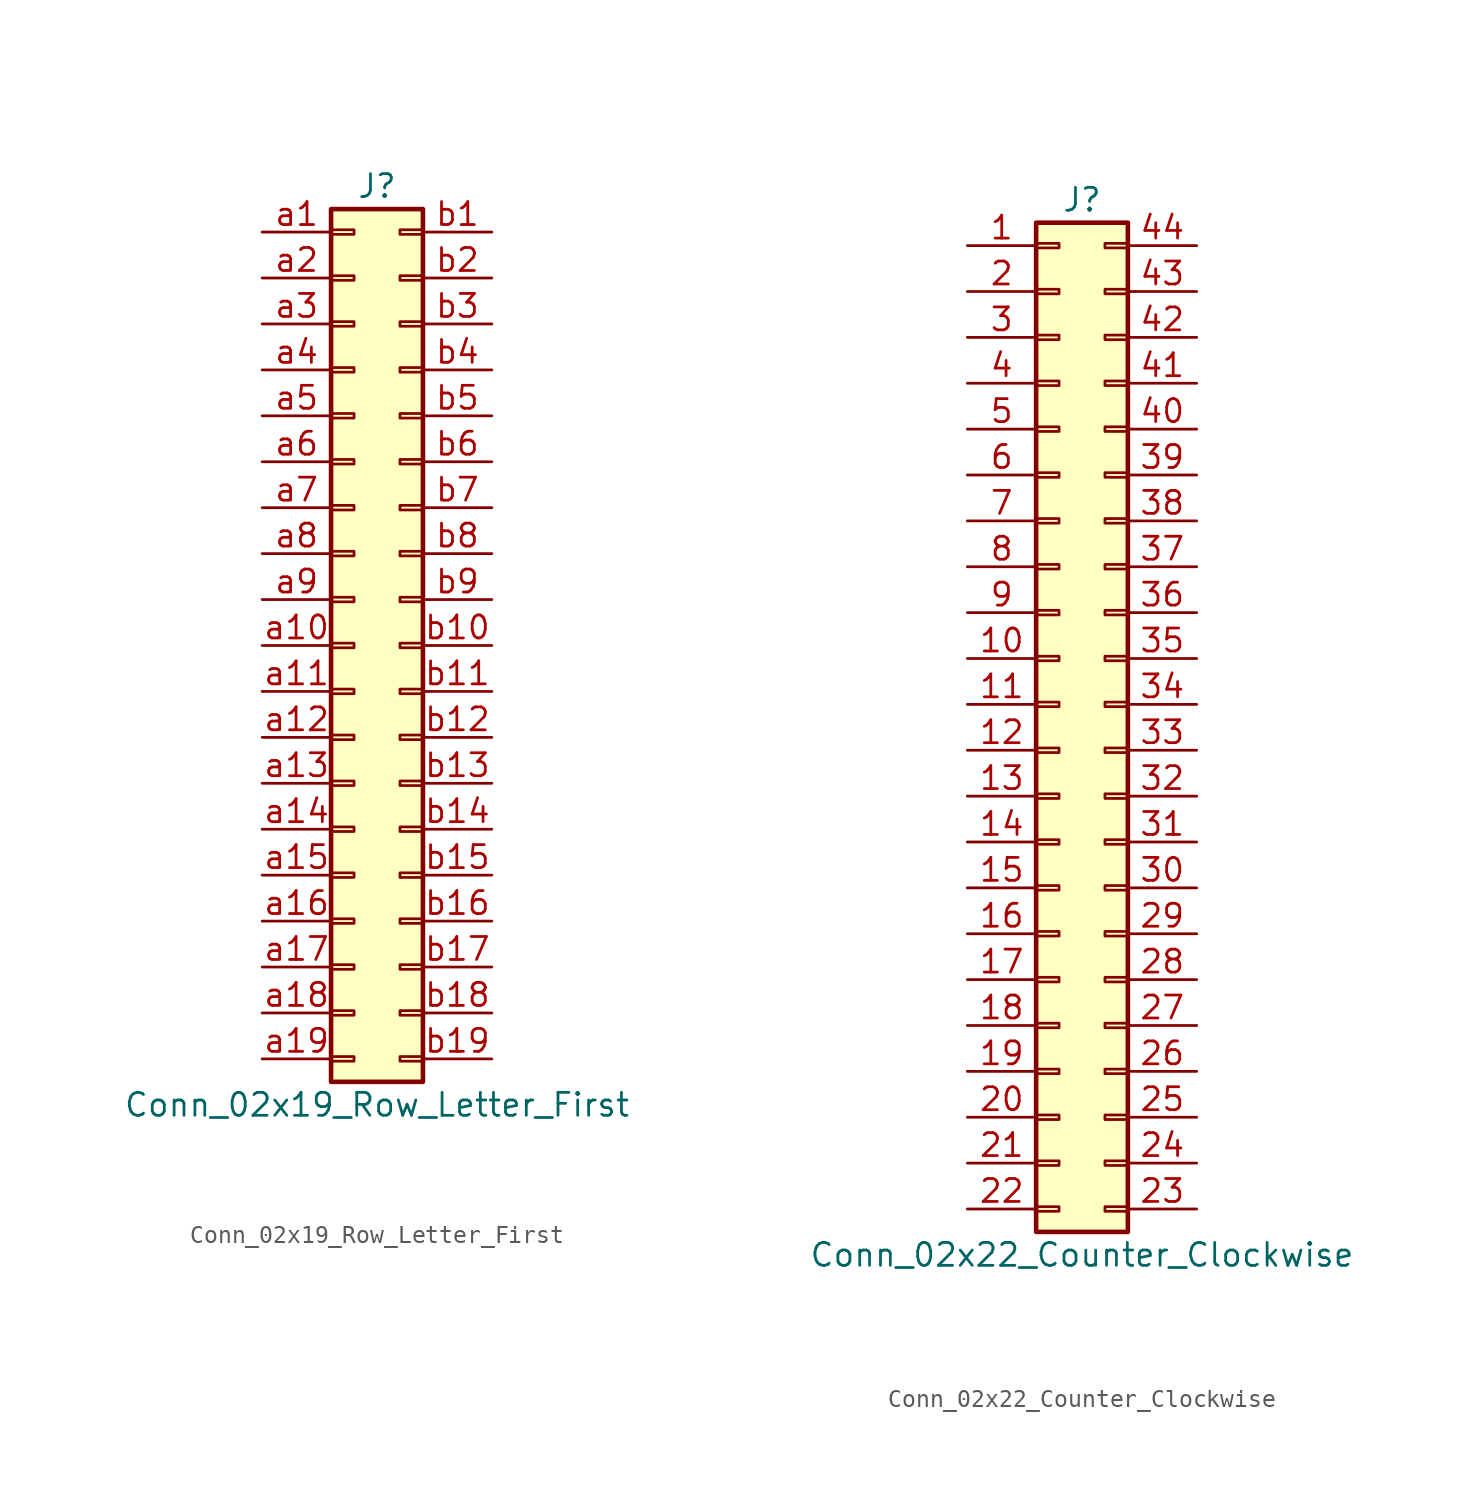
<source format=kicad_sym>
(kicad_symbol_lib
  (version 20201005)
  (generator kicad_symbol_editor)
  (symbol "Conn_02x19_Row_Letter_First"
    (pin_names
      (offset 1.016) hide)
    (property "Reference" "J"
      (at 1.27 25.4 0)
      (effects (font (size 1.27 1.27))))
    (property "Value" "Conn_02x19_Row_Letter_First"
      (at 1.27 -25.4 0)
      (effects (font (size 1.27 1.27))))
    (symbol "Conn_02x19_Row_Letter_First_1_1"
      (rectangle (start -1.27 -22.733) (end 0 -22.987) (stroke (width 0.152)) (fill (type none)))
      (rectangle (start -1.27 -20.193) (end 0 -20.447) (stroke (width 0.152)) (fill (type none)))
      (rectangle (start -1.27 -17.653) (end 0 -17.907) (stroke (width 0.152)) (fill (type none)))
      (rectangle (start -1.27 -15.113) (end 0 -15.367) (stroke (width 0.152)) (fill (type none)))
      (rectangle (start -1.27 -12.573) (end 0 -12.827) (stroke (width 0.152)) (fill (type none)))
      (rectangle (start -1.27 -10.033) (end 0 -10.287) (stroke (width 0.152)) (fill (type none)))
      (rectangle (start -1.27 -7.493) (end 0 -7.747) (stroke (width 0.152)) (fill (type none)))
      (rectangle (start -1.27 -4.953) (end 0 -5.207) (stroke (width 0.152)) (fill (type none)))
      (rectangle (start -1.27 -2.413) (end 0 -2.667) (stroke (width 0.152)) (fill (type none)))
      (rectangle (start -1.27 0.127) (end 0 -0.127) (stroke (width 0.152)) (fill (type none)))
      (rectangle (start -1.27 2.667) (end 0 2.413) (stroke (width 0.152)) (fill (type none)))
      (rectangle (start -1.27 5.207) (end 0 4.953) (stroke (width 0.152)) (fill (type none)))
      (rectangle (start -1.27 7.747) (end 0 7.493) (stroke (width 0.152)) (fill (type none)))
      (rectangle (start -1.27 10.287) (end 0 10.033) (stroke (width 0.152)) (fill (type none)))
      (rectangle (start -1.27 12.827) (end 0 12.573) (stroke (width 0.152)) (fill (type none)))
      (rectangle (start -1.27 15.367) (end 0 15.113) (stroke (width 0.152)) (fill (type none)))
      (rectangle (start -1.27 17.907) (end 0 17.653) (stroke (width 0.152)) (fill (type none)))
      (rectangle (start -1.27 20.447) (end 0 20.193) (stroke (width 0.152)) (fill (type none)))
      (rectangle (start -1.27 22.987) (end 0 22.733) (stroke (width 0.152)) (fill (type none)))
      (rectangle (start 3.81 -22.733) (end 2.54 -22.987) (stroke (width 0.152)) (fill (type none)))
      (rectangle (start 3.81 -20.193) (end 2.54 -20.447) (stroke (width 0.152)) (fill (type none)))
      (rectangle (start 3.81 -17.653) (end 2.54 -17.907) (stroke (width 0.152)) (fill (type none)))
      (rectangle (start 3.81 -15.113) (end 2.54 -15.367) (stroke (width 0.152)) (fill (type none)))
      (rectangle (start 3.81 -12.573) (end 2.54 -12.827) (stroke (width 0.152)) (fill (type none)))
      (rectangle (start 3.81 -10.033) (end 2.54 -10.287) (stroke (width 0.152)) (fill (type none)))
      (rectangle (start 3.81 -7.493) (end 2.54 -7.747) (stroke (width 0.152)) (fill (type none)))
      (rectangle (start 3.81 -4.953) (end 2.54 -5.207) (stroke (width 0.152)) (fill (type none)))
      (rectangle (start 3.81 -2.413) (end 2.54 -2.667) (stroke (width 0.152)) (fill (type none)))
      (rectangle (start 3.81 0.127) (end 2.54 -0.127) (stroke (width 0.152)) (fill (type none)))
      (rectangle (start 3.81 2.667) (end 2.54 2.413) (stroke (width 0.152)) (fill (type none)))
      (rectangle (start 3.81 5.207) (end 2.54 4.953) (stroke (width 0.152)) (fill (type none)))
      (rectangle (start 3.81 7.747) (end 2.54 7.493) (stroke (width 0.152)) (fill (type none)))
      (rectangle (start 3.81 10.287) (end 2.54 10.033) (stroke (width 0.152)) (fill (type none)))
      (rectangle (start 3.81 12.827) (end 2.54 12.573) (stroke (width 0.152)) (fill (type none)))
      (rectangle (start 3.81 15.367) (end 2.54 15.113) (stroke (width 0.152)) (fill (type none)))
      (rectangle (start 3.81 17.907) (end 2.54 17.653) (stroke (width 0.152)) (fill (type none)))
      (rectangle (start 3.81 20.447) (end 2.54 20.193) (stroke (width 0.152)) (fill (type none)))
      (rectangle (start 3.81 22.987) (end 2.54 22.733) (stroke (width 0.152)) (fill (type none)))
      (rectangle (start -1.27 24.13) (end 3.81 -24.13) (stroke (width 0.254)) (fill (type background)))
      (pin passive line (at -5.08 22.86 0) (length 3.81) (name "Pin_a1" (effects (font (size 1.27 1.27)))) (number "a1" (effects (font (size 1.27 1.27)))))
      (pin passive line (at -5.08 0 0) (length 3.81) (name "Pin_a10" (effects (font (size 1.27 1.27)))) (number "a10" (effects (font (size 1.27 1.27)))))
      (pin passive line (at -5.08 -2.54 0) (length 3.81) (name "Pin_a11" (effects (font (size 1.27 1.27)))) (number "a11" (effects (font (size 1.27 1.27)))))
      (pin passive line (at -5.08 -5.08 0) (length 3.81) (name "Pin_a12" (effects (font (size 1.27 1.27)))) (number "a12" (effects (font (size 1.27 1.27)))))
      (pin passive line (at -5.08 -7.62 0) (length 3.81) (name "Pin_a13" (effects (font (size 1.27 1.27)))) (number "a13" (effects (font (size 1.27 1.27)))))
      (pin passive line (at -5.08 -10.16 0) (length 3.81) (name "Pin_a14" (effects (font (size 1.27 1.27)))) (number "a14" (effects (font (size 1.27 1.27)))))
      (pin passive line (at -5.08 -12.7 0) (length 3.81) (name "Pin_a15" (effects (font (size 1.27 1.27)))) (number "a15" (effects (font (size 1.27 1.27)))))
      (pin passive line (at -5.08 -15.24 0) (length 3.81) (name "Pin_a16" (effects (font (size 1.27 1.27)))) (number "a16" (effects (font (size 1.27 1.27)))))
      (pin passive line (at -5.08 -17.78 0) (length 3.81) (name "Pin_a17" (effects (font (size 1.27 1.27)))) (number "a17" (effects (font (size 1.27 1.27)))))
      (pin passive line (at -5.08 -20.32 0) (length 3.81) (name "Pin_a18" (effects (font (size 1.27 1.27)))) (number "a18" (effects (font (size 1.27 1.27)))))
      (pin passive line (at -5.08 -22.86 0) (length 3.81) (name "Pin_a19" (effects (font (size 1.27 1.27)))) (number "a19" (effects (font (size 1.27 1.27)))))
      (pin passive line (at -5.08 20.32 0) (length 3.81) (name "Pin_a2" (effects (font (size 1.27 1.27)))) (number "a2" (effects (font (size 1.27 1.27)))))
      (pin passive line (at -5.08 17.78 0) (length 3.81) (name "Pin_a3" (effects (font (size 1.27 1.27)))) (number "a3" (effects (font (size 1.27 1.27)))))
      (pin passive line (at -5.08 15.24 0) (length 3.81) (name "Pin_a4" (effects (font (size 1.27 1.27)))) (number "a4" (effects (font (size 1.27 1.27)))))
      (pin passive line (at -5.08 12.7 0) (length 3.81) (name "Pin_a5" (effects (font (size 1.27 1.27)))) (number "a5" (effects (font (size 1.27 1.27)))))
      (pin passive line (at -5.08 10.16 0) (length 3.81) (name "Pin_a6" (effects (font (size 1.27 1.27)))) (number "a6" (effects (font (size 1.27 1.27)))))
      (pin passive line (at -5.08 7.62 0) (length 3.81) (name "Pin_a7" (effects (font (size 1.27 1.27)))) (number "a7" (effects (font (size 1.27 1.27)))))
      (pin passive line (at -5.08 5.08 0) (length 3.81) (name "Pin_a8" (effects (font (size 1.27 1.27)))) (number "a8" (effects (font (size 1.27 1.27)))))
      (pin passive line (at -5.08 2.54 0) (length 3.81) (name "Pin_a9" (effects (font (size 1.27 1.27)))) (number "a9" (effects (font (size 1.27 1.27)))))
      (pin passive line (at 7.62 22.86 180) (length 3.81) (name "Pin_b1" (effects (font (size 1.27 1.27)))) (number "b1" (effects (font (size 1.27 1.27)))))
      (pin passive line (at 7.62 0 180) (length 3.81) (name "Pin_b10" (effects (font (size 1.27 1.27)))) (number "b10" (effects (font (size 1.27 1.27)))))
      (pin passive line (at 7.62 -2.54 180) (length 3.81) (name "Pin_b11" (effects (font (size 1.27 1.27)))) (number "b11" (effects (font (size 1.27 1.27)))))
      (pin passive line (at 7.62 -5.08 180) (length 3.81) (name "Pin_b12" (effects (font (size 1.27 1.27)))) (number "b12" (effects (font (size 1.27 1.27)))))
      (pin passive line (at 7.62 -7.62 180) (length 3.81) (name "Pin_b13" (effects (font (size 1.27 1.27)))) (number "b13" (effects (font (size 1.27 1.27)))))
      (pin passive line (at 7.62 -10.16 180) (length 3.81) (name "Pin_b14" (effects (font (size 1.27 1.27)))) (number "b14" (effects (font (size 1.27 1.27)))))
      (pin passive line (at 7.62 -12.7 180) (length 3.81) (name "Pin_b15" (effects (font (size 1.27 1.27)))) (number "b15" (effects (font (size 1.27 1.27)))))
      (pin passive line (at 7.62 -15.24 180) (length 3.81) (name "Pin_b16" (effects (font (size 1.27 1.27)))) (number "b16" (effects (font (size 1.27 1.27)))))
      (pin passive line (at 7.62 -17.78 180) (length 3.81) (name "Pin_b17" (effects (font (size 1.27 1.27)))) (number "b17" (effects (font (size 1.27 1.27)))))
      (pin passive line (at 7.62 -20.32 180) (length 3.81) (name "Pin_b18" (effects (font (size 1.27 1.27)))) (number "b18" (effects (font (size 1.27 1.27)))))
      (pin passive line (at 7.62 -22.86 180) (length 3.81) (name "Pin_b19" (effects (font (size 1.27 1.27)))) (number "b19" (effects (font (size 1.27 1.27)))))
      (pin passive line (at 7.62 20.32 180) (length 3.81) (name "Pin_b2" (effects (font (size 1.27 1.27)))) (number "b2" (effects (font (size 1.27 1.27)))))
      (pin passive line (at 7.62 17.78 180) (length 3.81) (name "Pin_b3" (effects (font (size 1.27 1.27)))) (number "b3" (effects (font (size 1.27 1.27)))))
      (pin passive line (at 7.62 15.24 180) (length 3.81) (name "Pin_b4" (effects (font (size 1.27 1.27)))) (number "b4" (effects (font (size 1.27 1.27)))))
      (pin passive line (at 7.62 12.7 180) (length 3.81) (name "Pin_b5" (effects (font (size 1.27 1.27)))) (number "b5" (effects (font (size 1.27 1.27)))))
      (pin passive line (at 7.62 10.16 180) (length 3.81) (name "Pin_b6" (effects (font (size 1.27 1.27)))) (number "b6" (effects (font (size 1.27 1.27)))))
      (pin passive line (at 7.62 7.62 180) (length 3.81) (name "Pin_b7" (effects (font (size 1.27 1.27)))) (number "b7" (effects (font (size 1.27 1.27)))))
      (pin passive line (at 7.62 5.08 180) (length 3.81) (name "Pin_b8" (effects (font (size 1.27 1.27)))) (number "b8" (effects (font (size 1.27 1.27)))))
      (pin passive line (at 7.62 2.54 180) (length 3.81) (name "Pin_b9" (effects (font (size 1.27 1.27)))) (number "b9" (effects (font (size 1.27 1.27)))))))
  (symbol "Conn_02x22_Counter_Clockwise"
    (pin_names
      (offset 1.016) hide)
    (property "Reference" "J"
      (at 1.27 27.94 0)
      (effects (font (size 1.27 1.27))))
    (property "Value" "Conn_02x22_Counter_Clockwise"
      (at 1.27 -30.48 0)
      (effects (font (size 1.27 1.27))))
    (symbol "Conn_02x22_Counter_Clockwise_1_1"
      (rectangle (start -1.27 -27.813) (end 0 -28.067) (stroke (width 0.152)) (fill (type none)))
      (rectangle (start -1.27 -25.273) (end 0 -25.527) (stroke (width 0.152)) (fill (type none)))
      (rectangle (start -1.27 -22.733) (end 0 -22.987) (stroke (width 0.152)) (fill (type none)))
      (rectangle (start -1.27 -20.193) (end 0 -20.447) (stroke (width 0.152)) (fill (type none)))
      (rectangle (start -1.27 -17.653) (end 0 -17.907) (stroke (width 0.152)) (fill (type none)))
      (rectangle (start -1.27 -15.113) (end 0 -15.367) (stroke (width 0.152)) (fill (type none)))
      (rectangle (start -1.27 -12.573) (end 0 -12.827) (stroke (width 0.152)) (fill (type none)))
      (rectangle (start -1.27 -10.033) (end 0 -10.287) (stroke (width 0.152)) (fill (type none)))
      (rectangle (start -1.27 -7.493) (end 0 -7.747) (stroke (width 0.152)) (fill (type none)))
      (rectangle (start -1.27 -4.953) (end 0 -5.207) (stroke (width 0.152)) (fill (type none)))
      (rectangle (start -1.27 -2.413) (end 0 -2.667) (stroke (width 0.152)) (fill (type none)))
      (rectangle (start -1.27 0.127) (end 0 -0.127) (stroke (width 0.152)) (fill (type none)))
      (rectangle (start -1.27 2.667) (end 0 2.413) (stroke (width 0.152)) (fill (type none)))
      (rectangle (start -1.27 5.207) (end 0 4.953) (stroke (width 0.152)) (fill (type none)))
      (rectangle (start -1.27 7.747) (end 0 7.493) (stroke (width 0.152)) (fill (type none)))
      (rectangle (start -1.27 10.287) (end 0 10.033) (stroke (width 0.152)) (fill (type none)))
      (rectangle (start -1.27 12.827) (end 0 12.573) (stroke (width 0.152)) (fill (type none)))
      (rectangle (start -1.27 15.367) (end 0 15.113) (stroke (width 0.152)) (fill (type none)))
      (rectangle (start -1.27 17.907) (end 0 17.653) (stroke (width 0.152)) (fill (type none)))
      (rectangle (start -1.27 20.447) (end 0 20.193) (stroke (width 0.152)) (fill (type none)))
      (rectangle (start -1.27 22.987) (end 0 22.733) (stroke (width 0.152)) (fill (type none)))
      (rectangle (start -1.27 25.527) (end 0 25.273) (stroke (width 0.152)) (fill (type none)))
      (rectangle (start 3.81 -27.813) (end 2.54 -28.067) (stroke (width 0.152)) (fill (type none)))
      (rectangle (start 3.81 -25.273) (end 2.54 -25.527) (stroke (width 0.152)) (fill (type none)))
      (rectangle (start 3.81 -22.733) (end 2.54 -22.987) (stroke (width 0.152)) (fill (type none)))
      (rectangle (start 3.81 -20.193) (end 2.54 -20.447) (stroke (width 0.152)) (fill (type none)))
      (rectangle (start 3.81 -17.653) (end 2.54 -17.907) (stroke (width 0.152)) (fill (type none)))
      (rectangle (start 3.81 -15.113) (end 2.54 -15.367) (stroke (width 0.152)) (fill (type none)))
      (rectangle (start 3.81 -12.573) (end 2.54 -12.827) (stroke (width 0.152)) (fill (type none)))
      (rectangle (start 3.81 -10.033) (end 2.54 -10.287) (stroke (width 0.152)) (fill (type none)))
      (rectangle (start 3.81 -7.493) (end 2.54 -7.747) (stroke (width 0.152)) (fill (type none)))
      (rectangle (start 3.81 -4.953) (end 2.54 -5.207) (stroke (width 0.152)) (fill (type none)))
      (rectangle (start 3.81 -2.413) (end 2.54 -2.667) (stroke (width 0.152)) (fill (type none)))
      (rectangle (start 3.81 0.127) (end 2.54 -0.127) (stroke (width 0.152)) (fill (type none)))
      (rectangle (start 3.81 2.667) (end 2.54 2.413) (stroke (width 0.152)) (fill (type none)))
      (rectangle (start 3.81 5.207) (end 2.54 4.953) (stroke (width 0.152)) (fill (type none)))
      (rectangle (start 3.81 7.747) (end 2.54 7.493) (stroke (width 0.152)) (fill (type none)))
      (rectangle (start 3.81 10.287) (end 2.54 10.033) (stroke (width 0.152)) (fill (type none)))
      (rectangle (start 3.81 12.827) (end 2.54 12.573) (stroke (width 0.152)) (fill (type none)))
      (rectangle (start 3.81 15.367) (end 2.54 15.113) (stroke (width 0.152)) (fill (type none)))
      (rectangle (start 3.81 17.907) (end 2.54 17.653) (stroke (width 0.152)) (fill (type none)))
      (rectangle (start 3.81 20.447) (end 2.54 20.193) (stroke (width 0.152)) (fill (type none)))
      (rectangle (start 3.81 22.987) (end 2.54 22.733) (stroke (width 0.152)) (fill (type none)))
      (rectangle (start 3.81 25.527) (end 2.54 25.273) (stroke (width 0.152)) (fill (type none)))
      (rectangle (start -1.27 26.67) (end 3.81 -29.21) (stroke (width 0.254)) (fill (type background)))
      (pin passive line (at -5.08 25.4 0) (length 3.81) (name "Pin_1" (effects (font (size 1.27 1.27)))) (number "1" (effects (font (size 1.27 1.27)))))
      (pin passive line (at -5.08 2.54 0) (length 3.81) (name "Pin_10" (effects (font (size 1.27 1.27)))) (number "10" (effects (font (size 1.27 1.27)))))
      (pin passive line (at -5.08 0 0) (length 3.81) (name "Pin_11" (effects (font (size 1.27 1.27)))) (number "11" (effects (font (size 1.27 1.27)))))
      (pin passive line (at -5.08 -2.54 0) (length 3.81) (name "Pin_12" (effects (font (size 1.27 1.27)))) (number "12" (effects (font (size 1.27 1.27)))))
      (pin passive line (at -5.08 -5.08 0) (length 3.81) (name "Pin_13" (effects (font (size 1.27 1.27)))) (number "13" (effects (font (size 1.27 1.27)))))
      (pin passive line (at -5.08 -7.62 0) (length 3.81) (name "Pin_14" (effects (font (size 1.27 1.27)))) (number "14" (effects (font (size 1.27 1.27)))))
      (pin passive line (at -5.08 -10.16 0) (length 3.81) (name "Pin_15" (effects (font (size 1.27 1.27)))) (number "15" (effects (font (size 1.27 1.27)))))
      (pin passive line (at -5.08 -12.7 0) (length 3.81) (name "Pin_16" (effects (font (size 1.27 1.27)))) (number "16" (effects (font (size 1.27 1.27)))))
      (pin passive line (at -5.08 -15.24 0) (length 3.81) (name "Pin_17" (effects (font (size 1.27 1.27)))) (number "17" (effects (font (size 1.27 1.27)))))
      (pin passive line (at -5.08 -17.78 0) (length 3.81) (name "Pin_18" (effects (font (size 1.27 1.27)))) (number "18" (effects (font (size 1.27 1.27)))))
      (pin passive line (at -5.08 -20.32 0) (length 3.81) (name "Pin_19" (effects (font (size 1.27 1.27)))) (number "19" (effects (font (size 1.27 1.27)))))
      (pin passive line (at -5.08 22.86 0) (length 3.81) (name "Pin_2" (effects (font (size 1.27 1.27)))) (number "2" (effects (font (size 1.27 1.27)))))
      (pin passive line (at -5.08 -22.86 0) (length 3.81) (name "Pin_20" (effects (font (size 1.27 1.27)))) (number "20" (effects (font (size 1.27 1.27)))))
      (pin passive line (at -5.08 -25.4 0) (length 3.81) (name "Pin_21" (effects (font (size 1.27 1.27)))) (number "21" (effects (font (size 1.27 1.27)))))
      (pin passive line (at -5.08 -27.94 0) (length 3.81) (name "Pin_22" (effects (font (size 1.27 1.27)))) (number "22" (effects (font (size 1.27 1.27)))))
      (pin passive line (at 7.62 -27.94 180) (length 3.81) (name "Pin_23" (effects (font (size 1.27 1.27)))) (number "23" (effects (font (size 1.27 1.27)))))
      (pin passive line (at 7.62 -25.4 180) (length 3.81) (name "Pin_24" (effects (font (size 1.27 1.27)))) (number "24" (effects (font (size 1.27 1.27)))))
      (pin passive line (at 7.62 -22.86 180) (length 3.81) (name "Pin_25" (effects (font (size 1.27 1.27)))) (number "25" (effects (font (size 1.27 1.27)))))
      (pin passive line (at 7.62 -20.32 180) (length 3.81) (name "Pin_26" (effects (font (size 1.27 1.27)))) (number "26" (effects (font (size 1.27 1.27)))))
      (pin passive line (at 7.62 -17.78 180) (length 3.81) (name "Pin_27" (effects (font (size 1.27 1.27)))) (number "27" (effects (font (size 1.27 1.27)))))
      (pin passive line (at 7.62 -15.24 180) (length 3.81) (name "Pin_28" (effects (font (size 1.27 1.27)))) (number "28" (effects (font (size 1.27 1.27)))))
      (pin passive line (at 7.62 -12.7 180) (length 3.81) (name "Pin_29" (effects (font (size 1.27 1.27)))) (number "29" (effects (font (size 1.27 1.27)))))
      (pin passive line (at -5.08 20.32 0) (length 3.81) (name "Pin_3" (effects (font (size 1.27 1.27)))) (number "3" (effects (font (size 1.27 1.27)))))
      (pin passive line (at 7.62 -10.16 180) (length 3.81) (name "Pin_30" (effects (font (size 1.27 1.27)))) (number "30" (effects (font (size 1.27 1.27)))))
      (pin passive line (at 7.62 -7.62 180) (length 3.81) (name "Pin_31" (effects (font (size 1.27 1.27)))) (number "31" (effects (font (size 1.27 1.27)))))
      (pin passive line (at 7.62 -5.08 180) (length 3.81) (name "Pin_32" (effects (font (size 1.27 1.27)))) (number "32" (effects (font (size 1.27 1.27)))))
      (pin passive line (at 7.62 -2.54 180) (length 3.81) (name "Pin_33" (effects (font (size 1.27 1.27)))) (number "33" (effects (font (size 1.27 1.27)))))
      (pin passive line (at 7.62 0 180) (length 3.81) (name "Pin_34" (effects (font (size 1.27 1.27)))) (number "34" (effects (font (size 1.27 1.27)))))
      (pin passive line (at 7.62 2.54 180) (length 3.81) (name "Pin_35" (effects (font (size 1.27 1.27)))) (number "35" (effects (font (size 1.27 1.27)))))
      (pin passive line (at 7.62 5.08 180) (length 3.81) (name "Pin_36" (effects (font (size 1.27 1.27)))) (number "36" (effects (font (size 1.27 1.27)))))
      (pin passive line (at 7.62 7.62 180) (length 3.81) (name "Pin_37" (effects (font (size 1.27 1.27)))) (number "37" (effects (font (size 1.27 1.27)))))
      (pin passive line (at 7.62 10.16 180) (length 3.81) (name "Pin_38" (effects (font (size 1.27 1.27)))) (number "38" (effects (font (size 1.27 1.27)))))
      (pin passive line (at 7.62 12.7 180) (length 3.81) (name "Pin_39" (effects (font (size 1.27 1.27)))) (number "39" (effects (font (size 1.27 1.27)))))
      (pin passive line (at -5.08 17.78 0) (length 3.81) (name "Pin_4" (effects (font (size 1.27 1.27)))) (number "4" (effects (font (size 1.27 1.27)))))
      (pin passive line (at 7.62 15.24 180) (length 3.81) (name "Pin_40" (effects (font (size 1.27 1.27)))) (number "40" (effects (font (size 1.27 1.27)))))
      (pin passive line (at 7.62 17.78 180) (length 3.81) (name "Pin_41" (effects (font (size 1.27 1.27)))) (number "41" (effects (font (size 1.27 1.27)))))
      (pin passive line (at 7.62 20.32 180) (length 3.81) (name "Pin_42" (effects (font (size 1.27 1.27)))) (number "42" (effects (font (size 1.27 1.27)))))
      (pin passive line (at 7.62 22.86 180) (length 3.81) (name "Pin_43" (effects (font (size 1.27 1.27)))) (number "43" (effects (font (size 1.27 1.27)))))
      (pin passive line (at 7.62 25.4 180) (length 3.81) (name "Pin_44" (effects (font (size 1.27 1.27)))) (number "44" (effects (font (size 1.27 1.27)))))
      (pin passive line (at -5.08 15.24 0) (length 3.81) (name "Pin_5" (effects (font (size 1.27 1.27)))) (number "5" (effects (font (size 1.27 1.27)))))
      (pin passive line (at -5.08 12.7 0) (length 3.81) (name "Pin_6" (effects (font (size 1.27 1.27)))) (number "6" (effects (font (size 1.27 1.27)))))
      (pin passive line (at -5.08 10.16 0) (length 3.81) (name "Pin_7" (effects (font (size 1.27 1.27)))) (number "7" (effects (font (size 1.27 1.27)))))
      (pin passive line (at -5.08 7.62 0) (length 3.81) (name "Pin_8" (effects (font (size 1.27 1.27)))) (number "8" (effects (font (size 1.27 1.27)))))
      (pin passive line (at -5.08 5.08 0) (length 3.81) (name "Pin_9" (effects (font (size 1.27 1.27)))) (number "9" (effects (font (size 1.27 1.27))))))))
</source>
